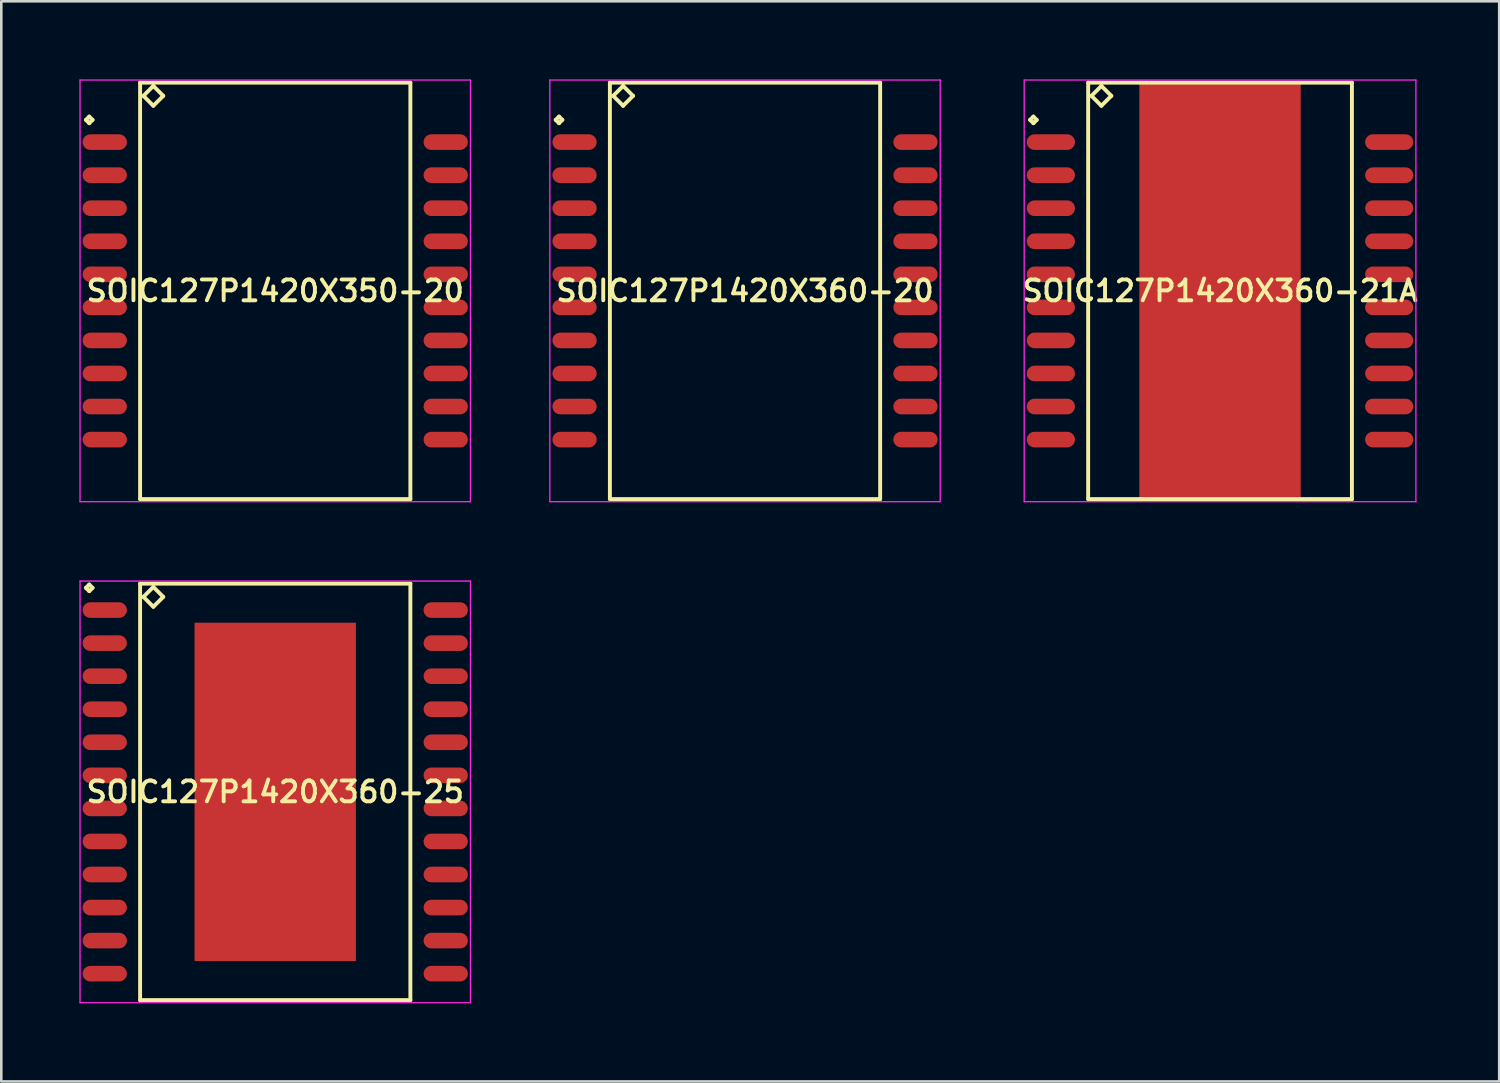
<source format=kicad_pcb>
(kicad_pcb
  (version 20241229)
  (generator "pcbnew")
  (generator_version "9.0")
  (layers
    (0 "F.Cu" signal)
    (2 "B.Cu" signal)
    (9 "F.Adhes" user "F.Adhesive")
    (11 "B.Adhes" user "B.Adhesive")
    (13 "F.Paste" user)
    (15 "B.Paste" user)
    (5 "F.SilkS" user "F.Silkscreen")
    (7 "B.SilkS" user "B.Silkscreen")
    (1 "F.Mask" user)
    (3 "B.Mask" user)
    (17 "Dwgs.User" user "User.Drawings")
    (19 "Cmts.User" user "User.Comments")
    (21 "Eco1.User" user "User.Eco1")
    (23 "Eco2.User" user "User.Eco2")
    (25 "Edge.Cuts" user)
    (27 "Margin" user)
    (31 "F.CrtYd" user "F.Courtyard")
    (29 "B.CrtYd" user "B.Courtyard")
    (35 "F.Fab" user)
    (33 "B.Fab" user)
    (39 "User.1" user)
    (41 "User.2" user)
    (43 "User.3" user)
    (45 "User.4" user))
  (footprint "SOIC127P1420X360-20"
    (layer "F.Cu")
    (at 25.575 8.125)
    (property "Reference" "SOIC127P1420X360-20" (at 0 0 0) (layer "F.SilkS") (effects (font (size 0.8 0.8) (thickness 0.15))))
    (attr smd)
    (fp_line (start -7.273 -6.569) (end -7.146 -6.696) (stroke (width 0.15) (type solid)) (layer "F.SilkS"))
    (fp_line (start -7.146 -6.696) (end -7.019 -6.569) (stroke (width 0.15) (type solid)) (layer "F.SilkS"))
    (fp_line (start -7.146 -6.442) (end -7.273 -6.569) (stroke (width 0.15) (type solid)) (layer "F.SilkS"))
    (fp_line (start -7.019 -6.569) (end -7.146 -6.442) (stroke (width 0.15) (type solid)) (layer "F.SilkS"))
    (fp_line (start -5.192 -8) (end -5.192 8) (stroke (width 0.15) (type solid)) (layer "F.SilkS"))
    (fp_line (start -5.192 8) (end 5.192 8) (stroke (width 0.15) (type solid)) (layer "F.SilkS"))
    (fp_line (start -5.065 -7.492) (end -4.684 -7.873) (stroke (width 0.15) (type solid)) (layer "F.SilkS"))
    (fp_line (start -4.684 -7.873) (end -4.303 -7.492) (stroke (width 0.15) (type solid)) (layer "F.SilkS"))
    (fp_line (start -4.684 -7.111) (end -5.065 -7.492) (stroke (width 0.15) (type solid)) (layer "F.SilkS"))
    (fp_line (start -4.303 -7.492) (end -4.684 -7.111) (stroke (width 0.15) (type solid)) (layer "F.SilkS"))
    (fp_line (start 5.192 -8) (end -5.192 -8) (stroke (width 0.15) (type solid)) (layer "F.SilkS"))
    (fp_line (start 5.192 8) (end 5.192 -8) (stroke (width 0.15) (type solid)) (layer "F.SilkS"))
    (fp_line (start -7.5 -8.1) (end 7.5 -8.1) (stroke (width 0.05) (type solid)) (layer "F.CrtYd"))
    (fp_line (start -7.5 8.1) (end -7.5 -8.1) (stroke (width 0.05) (type solid)) (layer "F.CrtYd"))
    (fp_line (start 7.5 -8.1) (end 7.5 8.1) (stroke (width 0.05) (type solid)) (layer "F.CrtYd"))
    (fp_line (start 7.5 8.1) (end -7.5 8.1) (stroke (width 0.05) (type solid)) (layer "F.CrtYd"))
    (pad "1" smd oval (at -6.55 -5.715) (size 1.7 0.6) (layers "F.Cu" "F.Mask" "F.Paste"))
    (pad "2" smd oval (at -6.55 -4.445) (size 1.7 0.6) (layers "F.Cu" "F.Mask" "F.Paste"))
    (pad "3" smd oval (at -6.55 -3.175) (size 1.7 0.6) (layers "F.Cu" "F.Mask" "F.Paste"))
    (pad "4" smd oval (at -6.55 -1.905) (size 1.7 0.6) (layers "F.Cu" "F.Mask" "F.Paste"))
    (pad "5" smd oval (at -6.55 -0.635) (size 1.7 0.6) (layers "F.Cu" "F.Mask" "F.Paste"))
    (pad "6" smd oval (at -6.55 0.635) (size 1.7 0.6) (layers "F.Cu" "F.Mask" "F.Paste"))
    (pad "7" smd oval (at -6.55 1.905) (size 1.7 0.6) (layers "F.Cu" "F.Mask" "F.Paste"))
    (pad "8" smd oval (at -6.55 3.175) (size 1.7 0.6) (layers "F.Cu" "F.Mask" "F.Paste"))
    (pad "9" smd oval (at -6.55 4.445) (size 1.7 0.6) (layers "F.Cu" "F.Mask" "F.Paste"))
    (pad "10" smd oval (at -6.55 5.715) (size 1.7 0.6) (layers "F.Cu" "F.Mask" "F.Paste"))
    (pad "11" smd oval (at 6.55 5.715) (size 1.7 0.6) (layers "F.Cu" "F.Mask" "F.Paste"))
    (pad "12" smd oval (at 6.55 4.445) (size 1.7 0.6) (layers "F.Cu" "F.Mask" "F.Paste"))
    (pad "13" smd oval (at 6.55 3.175) (size 1.7 0.6) (layers "F.Cu" "F.Mask" "F.Paste"))
    (pad "14" smd oval (at 6.55 1.905) (size 1.7 0.6) (layers "F.Cu" "F.Mask" "F.Paste"))
    (pad "15" smd oval (at 6.55 0.635) (size 1.7 0.6) (layers "F.Cu" "F.Mask" "F.Paste"))
    (pad "16" smd oval (at 6.55 -0.635) (size 1.7 0.6) (layers "F.Cu" "F.Mask" "F.Paste"))
    (pad "17" smd oval (at 6.55 -1.905) (size 1.7 0.6) (layers "F.Cu" "F.Mask" "F.Paste"))
    (pad "18" smd oval (at 6.55 -3.175) (size 1.7 0.6) (layers "F.Cu" "F.Mask" "F.Paste"))
    (pad "19" smd oval (at 6.55 -4.445) (size 1.7 0.6) (layers "F.Cu" "F.Mask" "F.Paste"))
    (pad "20" smd oval (at 6.55 -5.715) (size 1.7 0.6) (layers "F.Cu" "F.Mask" "F.Paste")))
  (footprint "SOIC127P1420X360-25"
    (layer "F.Cu")
    (at 7.525 27.375)
    (property "Reference" "SOIC127P1420X360-25" (at 0 0 0) (layer "F.SilkS") (effects (font (size 0.8 0.8) (thickness 0.15))))
    (attr smd)
    (fp_line (start -7.273 -7.839) (end -7.146 -7.966) (stroke (width 0.15) (type solid)) (layer "F.SilkS"))
    (fp_line (start -7.146 -7.966) (end -7.019 -7.839) (stroke (width 0.15) (type solid)) (layer "F.SilkS"))
    (fp_line (start -7.146 -7.712) (end -7.273 -7.839) (stroke (width 0.15) (type solid)) (layer "F.SilkS"))
    (fp_line (start -7.019 -7.839) (end -7.146 -7.712) (stroke (width 0.15) (type solid)) (layer "F.SilkS"))
    (fp_line (start -5.192 -8) (end -5.192 8) (stroke (width 0.15) (type solid)) (layer "F.SilkS"))
    (fp_line (start -5.192 8) (end 5.192 8) (stroke (width 0.15) (type solid)) (layer "F.SilkS"))
    (fp_line (start -5.065 -7.492) (end -4.684 -7.873) (stroke (width 0.15) (type solid)) (layer "F.SilkS"))
    (fp_line (start -4.684 -7.873) (end -4.303 -7.492) (stroke (width 0.15) (type solid)) (layer "F.SilkS"))
    (fp_line (start -4.684 -7.111) (end -5.065 -7.492) (stroke (width 0.15) (type solid)) (layer "F.SilkS"))
    (fp_line (start -4.303 -7.492) (end -4.684 -7.111) (stroke (width 0.15) (type solid)) (layer "F.SilkS"))
    (fp_line (start 5.192 -8) (end -5.192 -8) (stroke (width 0.15) (type solid)) (layer "F.SilkS"))
    (fp_line (start 5.192 8) (end 5.192 -8) (stroke (width 0.15) (type solid)) (layer "F.SilkS"))
    (fp_line (start -7.5 -8.1) (end 7.5 -8.1) (stroke (width 0.05) (type solid)) (layer "F.CrtYd"))
    (fp_line (start -7.5 8.1) (end -7.5 -8.1) (stroke (width 0.05) (type solid)) (layer "F.CrtYd"))
    (fp_line (start 7.5 -8.1) (end 7.5 8.1) (stroke (width 0.05) (type solid)) (layer "F.CrtYd"))
    (fp_line (start 7.5 8.1) (end -7.5 8.1) (stroke (width 0.05) (type solid)) (layer "F.CrtYd"))
    (pad "1" smd oval (at -6.55 -6.985) (size 1.7 0.6) (layers "F.Cu" "F.Mask" "F.Paste"))
    (pad "2" smd oval (at -6.55 -5.715) (size 1.7 0.6) (layers "F.Cu" "F.Mask" "F.Paste"))
    (pad "3" smd oval (at -6.55 -4.445) (size 1.7 0.6) (layers "F.Cu" "F.Mask" "F.Paste"))
    (pad "4" smd oval (at -6.55 -3.175) (size 1.7 0.6) (layers "F.Cu" "F.Mask" "F.Paste"))
    (pad "5" smd oval (at -6.55 -1.905) (size 1.7 0.6) (layers "F.Cu" "F.Mask" "F.Paste"))
    (pad "6" smd oval (at -6.55 -0.635) (size 1.7 0.6) (layers "F.Cu" "F.Mask" "F.Paste"))
    (pad "7" smd oval (at -6.55 0.635) (size 1.7 0.6) (layers "F.Cu" "F.Mask" "F.Paste"))
    (pad "8" smd oval (at -6.55 1.905) (size 1.7 0.6) (layers "F.Cu" "F.Mask" "F.Paste"))
    (pad "9" smd oval (at -6.55 3.175) (size 1.7 0.6) (layers "F.Cu" "F.Mask" "F.Paste"))
    (pad "10" smd oval (at -6.55 4.445) (size 1.7 0.6) (layers "F.Cu" "F.Mask" "F.Paste"))
    (pad "11" smd oval (at -6.55 5.715) (size 1.7 0.6) (layers "F.Cu" "F.Mask" "F.Paste"))
    (pad "12" smd oval (at -6.55 6.985) (size 1.7 0.6) (layers "F.Cu" "F.Mask" "F.Paste"))
    (pad "13" smd oval (at 6.55 6.985) (size 1.7 0.6) (layers "F.Cu" "F.Mask" "F.Paste"))
    (pad "14" smd oval (at 6.55 5.715) (size 1.7 0.6) (layers "F.Cu" "F.Mask" "F.Paste"))
    (pad "15" smd oval (at 6.55 4.445) (size 1.7 0.6) (layers "F.Cu" "F.Mask" "F.Paste"))
    (pad "16" smd oval (at 6.55 3.175) (size 1.7 0.6) (layers "F.Cu" "F.Mask" "F.Paste"))
    (pad "17" smd oval (at 6.55 1.905) (size 1.7 0.6) (layers "F.Cu" "F.Mask" "F.Paste"))
    (pad "18" smd oval (at 6.55 0.635) (size 1.7 0.6) (layers "F.Cu" "F.Mask" "F.Paste"))
    (pad "19" smd oval (at 6.55 -0.635) (size 1.7 0.6) (layers "F.Cu" "F.Mask" "F.Paste"))
    (pad "20" smd oval (at 6.55 -1.905) (size 1.7 0.6) (layers "F.Cu" "F.Mask" "F.Paste"))
    (pad "21" smd oval (at 6.55 -3.175) (size 1.7 0.6) (layers "F.Cu" "F.Mask" "F.Paste"))
    (pad "22" smd oval (at 6.55 -4.445) (size 1.7 0.6) (layers "F.Cu" "F.Mask" "F.Paste"))
    (pad "23" smd oval (at 6.55 -5.715) (size 1.7 0.6) (layers "F.Cu" "F.Mask" "F.Paste"))
    (pad "24" smd oval (at 6.55 -6.985) (size 1.7 0.6) (layers "F.Cu" "F.Mask" "F.Paste"))
    (pad "25" smd rect (at 0 0) (size 6.2 13) (layers "F.Cu" "F.Mask" "F.Paste")))
  (footprint "SOIC127P1420X350-20"
    (layer "F.Cu")
    (at 7.525 8.125)
    (property "Reference" "SOIC127P1420X350-20" (at 0 0 0) (layer "F.SilkS") (effects (font (size 0.8 0.8) (thickness 0.15))))
    (attr smd)
    (fp_line (start -7.273 -6.569) (end -7.146 -6.696) (stroke (width 0.15) (type solid)) (layer "F.SilkS"))
    (fp_line (start -7.146 -6.696) (end -7.019 -6.569) (stroke (width 0.15) (type solid)) (layer "F.SilkS"))
    (fp_line (start -7.146 -6.442) (end -7.273 -6.569) (stroke (width 0.15) (type solid)) (layer "F.SilkS"))
    (fp_line (start -7.019 -6.569) (end -7.146 -6.442) (stroke (width 0.15) (type solid)) (layer "F.SilkS"))
    (fp_line (start -5.192 -8) (end -5.192 8) (stroke (width 0.15) (type solid)) (layer "F.SilkS"))
    (fp_line (start -5.192 8) (end 5.192 8) (stroke (width 0.15) (type solid)) (layer "F.SilkS"))
    (fp_line (start -5.065 -7.492) (end -4.684 -7.873) (stroke (width 0.15) (type solid)) (layer "F.SilkS"))
    (fp_line (start -4.684 -7.873) (end -4.303 -7.492) (stroke (width 0.15) (type solid)) (layer "F.SilkS"))
    (fp_line (start -4.684 -7.111) (end -5.065 -7.492) (stroke (width 0.15) (type solid)) (layer "F.SilkS"))
    (fp_line (start -4.303 -7.492) (end -4.684 -7.111) (stroke (width 0.15) (type solid)) (layer "F.SilkS"))
    (fp_line (start 5.192 -8) (end -5.192 -8) (stroke (width 0.15) (type solid)) (layer "F.SilkS"))
    (fp_line (start 5.192 8) (end 5.192 -8) (stroke (width 0.15) (type solid)) (layer "F.SilkS"))
    (fp_line (start -7.5 -8.1) (end 7.5 -8.1) (stroke (width 0.05) (type solid)) (layer "F.CrtYd"))
    (fp_line (start -7.5 8.1) (end -7.5 -8.1) (stroke (width 0.05) (type solid)) (layer "F.CrtYd"))
    (fp_line (start 7.5 -8.1) (end 7.5 8.1) (stroke (width 0.05) (type solid)) (layer "F.CrtYd"))
    (fp_line (start 7.5 8.1) (end -7.5 8.1) (stroke (width 0.05) (type solid)) (layer "F.CrtYd"))
    (pad "1" smd oval (at -6.55 -5.715) (size 1.7 0.6) (layers "F.Cu" "F.Mask" "F.Paste"))
    (pad "2" smd oval (at -6.55 -4.445) (size 1.7 0.6) (layers "F.Cu" "F.Mask" "F.Paste"))
    (pad "3" smd oval (at -6.55 -3.175) (size 1.7 0.6) (layers "F.Cu" "F.Mask" "F.Paste"))
    (pad "4" smd oval (at -6.55 -1.905) (size 1.7 0.6) (layers "F.Cu" "F.Mask" "F.Paste"))
    (pad "5" smd oval (at -6.55 -0.635) (size 1.7 0.6) (layers "F.Cu" "F.Mask" "F.Paste"))
    (pad "6" smd oval (at -6.55 0.635) (size 1.7 0.6) (layers "F.Cu" "F.Mask" "F.Paste"))
    (pad "7" smd oval (at -6.55 1.905) (size 1.7 0.6) (layers "F.Cu" "F.Mask" "F.Paste"))
    (pad "8" smd oval (at -6.55 3.175) (size 1.7 0.6) (layers "F.Cu" "F.Mask" "F.Paste"))
    (pad "9" smd oval (at -6.55 4.445) (size 1.7 0.6) (layers "F.Cu" "F.Mask" "F.Paste"))
    (pad "10" smd oval (at -6.55 5.715) (size 1.7 0.6) (layers "F.Cu" "F.Mask" "F.Paste"))
    (pad "11" smd oval (at 6.55 5.715) (size 1.7 0.6) (layers "F.Cu" "F.Mask" "F.Paste"))
    (pad "12" smd oval (at 6.55 4.445) (size 1.7 0.6) (layers "F.Cu" "F.Mask" "F.Paste"))
    (pad "13" smd oval (at 6.55 3.175) (size 1.7 0.6) (layers "F.Cu" "F.Mask" "F.Paste"))
    (pad "14" smd oval (at 6.55 1.905) (size 1.7 0.6) (layers "F.Cu" "F.Mask" "F.Paste"))
    (pad "15" smd oval (at 6.55 0.635) (size 1.7 0.6) (layers "F.Cu" "F.Mask" "F.Paste"))
    (pad "16" smd oval (at 6.55 -0.635) (size 1.7 0.6) (layers "F.Cu" "F.Mask" "F.Paste"))
    (pad "17" smd oval (at 6.55 -1.905) (size 1.7 0.6) (layers "F.Cu" "F.Mask" "F.Paste"))
    (pad "18" smd oval (at 6.55 -3.175) (size 1.7 0.6) (layers "F.Cu" "F.Mask" "F.Paste"))
    (pad "19" smd oval (at 6.55 -4.445) (size 1.7 0.6) (layers "F.Cu" "F.Mask" "F.Paste"))
    (pad "20" smd oval (at 6.55 -5.715) (size 1.7 0.6) (layers "F.Cu" "F.Mask" "F.Paste")))
  (footprint "SOIC127P1420X360-21A"
    (layer "F.Cu")
    (at 43.826 8.125)
    (property "Reference" "SOIC127P1420X360-21A" (at 0 0 0) (layer "F.SilkS") (effects (font (size 0.8 0.8) (thickness 0.15))))
    (attr smd)
    (fp_line (start -7.298 -6.569) (end -7.171 -6.696) (stroke (width 0.15) (type solid)) (layer "F.SilkS"))
    (fp_line (start -7.171 -6.696) (end -7.044 -6.569) (stroke (width 0.15) (type solid)) (layer "F.SilkS"))
    (fp_line (start -7.171 -6.442) (end -7.298 -6.569) (stroke (width 0.15) (type solid)) (layer "F.SilkS"))
    (fp_line (start -7.044 -6.569) (end -7.171 -6.442) (stroke (width 0.15) (type solid)) (layer "F.SilkS"))
    (fp_line (start -5.067 -8) (end -5.067 8) (stroke (width 0.15) (type solid)) (layer "F.SilkS"))
    (fp_line (start -5.067 8) (end 5.067 8) (stroke (width 0.15) (type solid)) (layer "F.SilkS"))
    (fp_line (start -4.94 -7.492) (end -4.559 -7.873) (stroke (width 0.15) (type solid)) (layer "F.SilkS"))
    (fp_line (start -4.559 -7.873) (end -4.178 -7.492) (stroke (width 0.15) (type solid)) (layer "F.SilkS"))
    (fp_line (start -4.559 -7.111) (end -4.94 -7.492) (stroke (width 0.15) (type solid)) (layer "F.SilkS"))
    (fp_line (start -4.178 -7.492) (end -4.559 -7.111) (stroke (width 0.15) (type solid)) (layer "F.SilkS"))
    (fp_line (start 5.067 -8) (end -5.067 -8) (stroke (width 0.15) (type solid)) (layer "F.SilkS"))
    (fp_line (start 5.067 8) (end 5.067 -8) (stroke (width 0.15) (type solid)) (layer "F.SilkS"))
    (fp_line (start -7.525 -8.1) (end 7.525 -8.1) (stroke (width 0.05) (type solid)) (layer "F.CrtYd"))
    (fp_line (start -7.525 8.1) (end -7.525 -8.1) (stroke (width 0.05) (type solid)) (layer "F.CrtYd"))
    (fp_line (start 7.525 -8.1) (end 7.525 8.1) (stroke (width 0.05) (type solid)) (layer "F.CrtYd"))
    (fp_line (start 7.525 8.1) (end -7.525 8.1) (stroke (width 0.05) (type solid)) (layer "F.CrtYd"))
    (pad "1" smd oval (at -6.5 -5.715) (size 1.85 0.6) (layers "F.Cu" "F.Mask" "F.Paste"))
    (pad "2" smd oval (at -6.5 -4.445) (size 1.85 0.6) (layers "F.Cu" "F.Mask" "F.Paste"))
    (pad "3" smd oval (at -6.5 -3.175) (size 1.85 0.6) (layers "F.Cu" "F.Mask" "F.Paste"))
    (pad "4" smd oval (at -6.5 -1.905) (size 1.85 0.6) (layers "F.Cu" "F.Mask" "F.Paste"))
    (pad "5" smd oval (at -6.5 -0.635) (size 1.85 0.6) (layers "F.Cu" "F.Mask" "F.Paste"))
    (pad "6" smd oval (at -6.5 0.635) (size 1.85 0.6) (layers "F.Cu" "F.Mask" "F.Paste"))
    (pad "7" smd oval (at -6.5 1.905) (size 1.85 0.6) (layers "F.Cu" "F.Mask" "F.Paste"))
    (pad "8" smd oval (at -6.5 3.175) (size 1.85 0.6) (layers "F.Cu" "F.Mask" "F.Paste"))
    (pad "9" smd oval (at -6.5 4.445) (size 1.85 0.6) (layers "F.Cu" "F.Mask" "F.Paste"))
    (pad "10" smd oval (at -6.5 5.715) (size 1.85 0.6) (layers "F.Cu" "F.Mask" "F.Paste"))
    (pad "11" smd oval (at 6.5 5.715) (size 1.85 0.6) (layers "F.Cu" "F.Mask" "F.Paste"))
    (pad "12" smd oval (at 6.5 4.445) (size 1.85 0.6) (layers "F.Cu" "F.Mask" "F.Paste"))
    (pad "13" smd oval (at 6.5 3.175) (size 1.85 0.6) (layers "F.Cu" "F.Mask" "F.Paste"))
    (pad "14" smd oval (at 6.5 1.905) (size 1.85 0.6) (layers "F.Cu" "F.Mask" "F.Paste"))
    (pad "15" smd oval (at 6.5 0.635) (size 1.85 0.6) (layers "F.Cu" "F.Mask" "F.Paste"))
    (pad "16" smd oval (at 6.5 -0.635) (size 1.85 0.6) (layers "F.Cu" "F.Mask" "F.Paste"))
    (pad "17" smd oval (at 6.5 -1.905) (size 1.85 0.6) (layers "F.Cu" "F.Mask" "F.Paste"))
    (pad "18" smd oval (at 6.5 -3.175) (size 1.85 0.6) (layers "F.Cu" "F.Mask" "F.Paste"))
    (pad "19" smd oval (at 6.5 -4.445) (size 1.85 0.6) (layers "F.Cu" "F.Mask" "F.Paste"))
    (pad "20" smd oval (at 6.5 -5.715) (size 1.85 0.6) (layers "F.Cu" "F.Mask" "F.Paste"))
    (pad "21" smd rect (at 0 0) (size 6.2 16) (layers "F.Cu" "F.Mask" "F.Paste")))
  (gr_rect
    (start -3 -3)
    (end 54.552 38.5)
    (stroke (width 0.1) (type default))
    (fill no)
    (layer "Edge.Cuts")))
</source>
